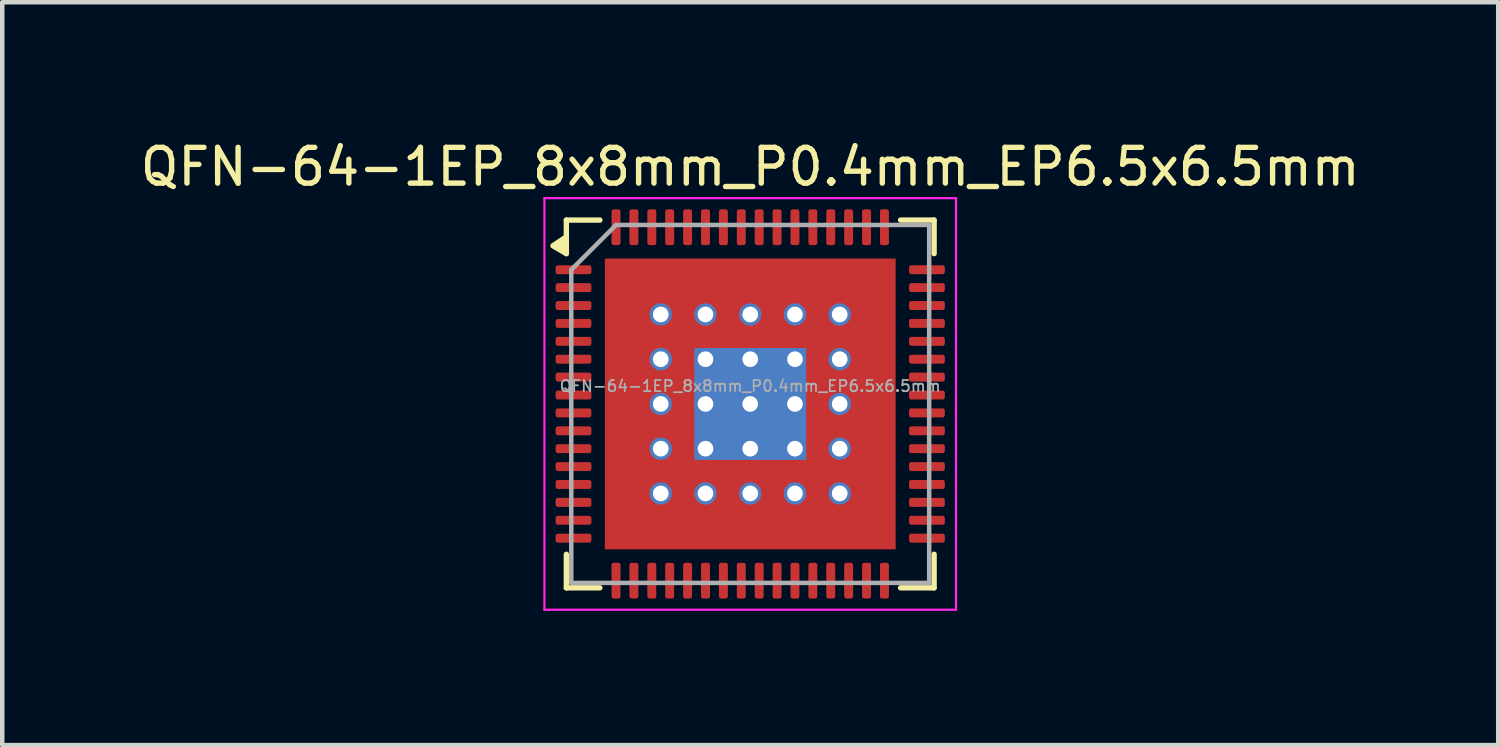
<source format=kicad_pcb>
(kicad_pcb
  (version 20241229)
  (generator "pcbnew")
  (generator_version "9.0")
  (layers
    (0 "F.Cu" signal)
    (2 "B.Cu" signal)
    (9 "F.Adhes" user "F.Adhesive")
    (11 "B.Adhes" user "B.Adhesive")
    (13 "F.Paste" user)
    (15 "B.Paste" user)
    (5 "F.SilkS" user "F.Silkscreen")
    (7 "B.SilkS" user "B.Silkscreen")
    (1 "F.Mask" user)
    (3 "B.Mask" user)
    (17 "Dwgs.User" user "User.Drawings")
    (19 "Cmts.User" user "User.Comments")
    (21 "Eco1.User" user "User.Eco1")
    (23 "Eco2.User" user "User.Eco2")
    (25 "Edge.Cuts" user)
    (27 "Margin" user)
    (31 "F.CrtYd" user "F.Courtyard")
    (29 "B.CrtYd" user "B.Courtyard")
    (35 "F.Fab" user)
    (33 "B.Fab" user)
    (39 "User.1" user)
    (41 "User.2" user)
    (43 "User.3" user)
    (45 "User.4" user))
  (footprint "QFN-64-1EP_8x8mm_P0.4mm_EP6.5x6.5mm"
    (layer "F.Cu")
    (at 13.719 5.979)
    (property "Reference" "QFN-64-1EP_8x8mm_P0.4mm_EP6.5x6.5mm" (at 0 -5.3 0) (layer "F.SilkS") (effects (font (size 0.8 0.8) (thickness 0.12))))
    (attr smd)
    (fp_line (start -4.11 -3.36) (end -4.11 -4.11) (stroke (width 0.12) (type solid)) (layer "F.SilkS"))
    (fp_line (start -4.11 4.11) (end -4.11 3.36) (stroke (width 0.12) (type solid)) (layer "F.SilkS"))
    (fp_line (start -3.36 -4.11) (end -4.11 -4.11) (stroke (width 0.12) (type solid)) (layer "F.SilkS"))
    (fp_line (start -3.36 4.11) (end -4.11 4.11) (stroke (width 0.12) (type solid)) (layer "F.SilkS"))
    (fp_line (start 3.36 -4.11) (end 4.11 -4.11) (stroke (width 0.12) (type solid)) (layer "F.SilkS"))
    (fp_line (start 3.36 4.11) (end 4.11 4.11) (stroke (width 0.12) (type solid)) (layer "F.SilkS"))
    (fp_line (start 4.11 -4.11) (end 4.11 -3.36) (stroke (width 0.12) (type solid)) (layer "F.SilkS"))
    (fp_line (start 4.11 4.11) (end 4.11 3.36) (stroke (width 0.12) (type solid)) (layer "F.SilkS"))
    (fp_poly (pts (xy -4.11 -3.36) (xy -4.41 -3.535) (xy -4.11 -3.735)) (stroke (width 0.12) (type solid)) (fill yes) (layer "F.SilkS"))
    (fp_line (start -4.6 -4.6) (end -4.6 4.6) (stroke (width 0.05) (type solid)) (layer "F.CrtYd"))
    (fp_line (start -4.6 4.6) (end 4.6 4.6) (stroke (width 0.05) (type solid)) (layer "F.CrtYd"))
    (fp_line (start 4.6 -4.6) (end -4.6 -4.6) (stroke (width 0.05) (type solid)) (layer "F.CrtYd"))
    (fp_line (start 4.6 4.6) (end 4.6 -4.6) (stroke (width 0.05) (type solid)) (layer "F.CrtYd"))
    (fp_line (start -4 -3) (end -3 -4) (stroke (width 0.1) (type solid)) (layer "F.Fab"))
    (fp_line (start -4 4) (end -4 -3) (stroke (width 0.1) (type solid)) (layer "F.Fab"))
    (fp_line (start -3 -4) (end 4 -4) (stroke (width 0.1) (type solid)) (layer "F.Fab"))
    (fp_line (start 4 -4) (end 4 4) (stroke (width 0.1) (type solid)) (layer "F.Fab"))
    (fp_line (start 4 4) (end -4 4) (stroke (width 0.1) (type solid)) (layer "F.Fab"))
    (fp_text user "${REFERENCE}" (at 0 -0.4 0) (layer "F.Fab") (effects (font (size 0.25 0.25) (thickness 0.04))))
    (pad "" smd roundrect (at -1.6 -1.6) (size 1.725 1.725) (layers "F.Paste") (roundrect_rratio 0.238))
    (pad "" smd roundrect (at -1.6 1.6) (size 1.725 1.725) (layers "F.Paste") (roundrect_rratio 0.238))
    (pad "" smd roundrect (at 0 0) (size 1.05 1.05) (layers "F.Paste") (roundrect_rratio 0.238))
    (pad "" smd roundrect (at 1.6 -1.6) (size 1.725 1.725) (layers "F.Paste") (roundrect_rratio 0.238))
    (pad "" smd roundrect (at 1.6 1.6) (size 1.725 1.725) (layers "F.Paste") (roundrect_rratio 0.238))
    (pad "1" smd roundrect (at -3.95 -3) (size 0.8 0.2) (layers "F.Cu" "F.Mask" "F.Paste") (roundrect_rratio 0.25))
    (pad "2" smd roundrect (at -3.95 -2.6) (size 0.8 0.2) (layers "F.Cu" "F.Mask" "F.Paste") (roundrect_rratio 0.25))
    (pad "3" smd roundrect (at -3.95 -2.2) (size 0.8 0.2) (layers "F.Cu" "F.Mask" "F.Paste") (roundrect_rratio 0.25))
    (pad "4" smd roundrect (at -3.95 -1.8) (size 0.8 0.2) (layers "F.Cu" "F.Mask" "F.Paste") (roundrect_rratio 0.25))
    (pad "5" smd roundrect (at -3.95 -1.4) (size 0.8 0.2) (layers "F.Cu" "F.Mask" "F.Paste") (roundrect_rratio 0.25))
    (pad "6" smd roundrect (at -3.95 -1) (size 0.8 0.2) (layers "F.Cu" "F.Mask" "F.Paste") (roundrect_rratio 0.25))
    (pad "7" smd roundrect (at -3.95 -0.6) (size 0.8 0.2) (layers "F.Cu" "F.Mask" "F.Paste") (roundrect_rratio 0.25))
    (pad "8" smd roundrect (at -3.95 -0.2) (size 0.8 0.2) (layers "F.Cu" "F.Mask" "F.Paste") (roundrect_rratio 0.25))
    (pad "9" smd roundrect (at -3.95 0.2) (size 0.8 0.2) (layers "F.Cu" "F.Mask" "F.Paste") (roundrect_rratio 0.25))
    (pad "10" smd roundrect (at -3.95 0.6) (size 0.8 0.2) (layers "F.Cu" "F.Mask" "F.Paste") (roundrect_rratio 0.25))
    (pad "11" smd roundrect (at -3.95 1) (size 0.8 0.2) (layers "F.Cu" "F.Mask" "F.Paste") (roundrect_rratio 0.25))
    (pad "12" smd roundrect (at -3.95 1.4) (size 0.8 0.2) (layers "F.Cu" "F.Mask" "F.Paste") (roundrect_rratio 0.25))
    (pad "13" smd roundrect (at -3.95 1.8) (size 0.8 0.2) (layers "F.Cu" "F.Mask" "F.Paste") (roundrect_rratio 0.25))
    (pad "14" smd roundrect (at -3.95 2.2) (size 0.8 0.2) (layers "F.Cu" "F.Mask" "F.Paste") (roundrect_rratio 0.25))
    (pad "15" smd roundrect (at -3.95 2.6) (size 0.8 0.2) (layers "F.Cu" "F.Mask" "F.Paste") (roundrect_rratio 0.25))
    (pad "16" smd roundrect (at -3.95 3) (size 0.8 0.2) (layers "F.Cu" "F.Mask" "F.Paste") (roundrect_rratio 0.25))
    (pad "17" smd roundrect (at -3 3.95) (size 0.2 0.8) (layers "F.Cu" "F.Mask" "F.Paste") (roundrect_rratio 0.25))
    (pad "18" smd roundrect (at -2.6 3.95) (size 0.2 0.8) (layers "F.Cu" "F.Mask" "F.Paste") (roundrect_rratio 0.25))
    (pad "19" smd roundrect (at -2.2 3.95) (size 0.2 0.8) (layers "F.Cu" "F.Mask" "F.Paste") (roundrect_rratio 0.25))
    (pad "20" smd roundrect (at -1.8 3.95) (size 0.2 0.8) (layers "F.Cu" "F.Mask" "F.Paste") (roundrect_rratio 0.25))
    (pad "21" smd roundrect (at -1.4 3.95) (size 0.2 0.8) (layers "F.Cu" "F.Mask" "F.Paste") (roundrect_rratio 0.25))
    (pad "22" smd roundrect (at -1 3.95) (size 0.2 0.8) (layers "F.Cu" "F.Mask" "F.Paste") (roundrect_rratio 0.25))
    (pad "23" smd roundrect (at -0.6 3.95) (size 0.2 0.8) (layers "F.Cu" "F.Mask" "F.Paste") (roundrect_rratio 0.25))
    (pad "24" smd roundrect (at -0.2 3.95) (size 0.2 0.8) (layers "F.Cu" "F.Mask" "F.Paste") (roundrect_rratio 0.25))
    (pad "25" smd roundrect (at 0.2 3.95) (size 0.2 0.8) (layers "F.Cu" "F.Mask" "F.Paste") (roundrect_rratio 0.25))
    (pad "26" smd roundrect (at 0.6 3.95) (size 0.2 0.8) (layers "F.Cu" "F.Mask" "F.Paste") (roundrect_rratio 0.25))
    (pad "27" smd roundrect (at 1 3.95) (size 0.2 0.8) (layers "F.Cu" "F.Mask" "F.Paste") (roundrect_rratio 0.25))
    (pad "28" smd roundrect (at 1.4 3.95) (size 0.2 0.8) (layers "F.Cu" "F.Mask" "F.Paste") (roundrect_rratio 0.25))
    (pad "29" smd roundrect (at 1.8 3.95) (size 0.2 0.8) (layers "F.Cu" "F.Mask" "F.Paste") (roundrect_rratio 0.25))
    (pad "30" smd roundrect (at 2.2 3.95) (size 0.2 0.8) (layers "F.Cu" "F.Mask" "F.Paste") (roundrect_rratio 0.25))
    (pad "31" smd roundrect (at 2.6 3.95) (size 0.2 0.8) (layers "F.Cu" "F.Mask" "F.Paste") (roundrect_rratio 0.25))
    (pad "32" smd roundrect (at 3 3.95) (size 0.2 0.8) (layers "F.Cu" "F.Mask" "F.Paste") (roundrect_rratio 0.25))
    (pad "33" smd roundrect (at 3.95 3) (size 0.8 0.2) (layers "F.Cu" "F.Mask" "F.Paste") (roundrect_rratio 0.25))
    (pad "34" smd roundrect (at 3.95 2.6) (size 0.8 0.2) (layers "F.Cu" "F.Mask" "F.Paste") (roundrect_rratio 0.25))
    (pad "35" smd roundrect (at 3.95 2.2) (size 0.8 0.2) (layers "F.Cu" "F.Mask" "F.Paste") (roundrect_rratio 0.25))
    (pad "36" smd roundrect (at 3.95 1.8) (size 0.8 0.2) (layers "F.Cu" "F.Mask" "F.Paste") (roundrect_rratio 0.25))
    (pad "37" smd roundrect (at 3.95 1.4) (size 0.8 0.2) (layers "F.Cu" "F.Mask" "F.Paste") (roundrect_rratio 0.25))
    (pad "38" smd roundrect (at 3.95 1) (size 0.8 0.2) (layers "F.Cu" "F.Mask" "F.Paste") (roundrect_rratio 0.25))
    (pad "39" smd roundrect (at 3.95 0.6) (size 0.8 0.2) (layers "F.Cu" "F.Mask" "F.Paste") (roundrect_rratio 0.25))
    (pad "40" smd roundrect (at 3.95 0.2) (size 0.8 0.2) (layers "F.Cu" "F.Mask" "F.Paste") (roundrect_rratio 0.25))
    (pad "41" smd roundrect (at 3.95 -0.2) (size 0.8 0.2) (layers "F.Cu" "F.Mask" "F.Paste") (roundrect_rratio 0.25))
    (pad "42" smd roundrect (at 3.95 -0.6) (size 0.8 0.2) (layers "F.Cu" "F.Mask" "F.Paste") (roundrect_rratio 0.25))
    (pad "43" smd roundrect (at 3.95 -1) (size 0.8 0.2) (layers "F.Cu" "F.Mask" "F.Paste") (roundrect_rratio 0.25))
    (pad "44" smd roundrect (at 3.95 -1.4) (size 0.8 0.2) (layers "F.Cu" "F.Mask" "F.Paste") (roundrect_rratio 0.25))
    (pad "45" smd roundrect (at 3.95 -1.8) (size 0.8 0.2) (layers "F.Cu" "F.Mask" "F.Paste") (roundrect_rratio 0.25))
    (pad "46" smd roundrect (at 3.95 -2.2) (size 0.8 0.2) (layers "F.Cu" "F.Mask" "F.Paste") (roundrect_rratio 0.25))
    (pad "47" smd roundrect (at 3.95 -2.6) (size 0.8 0.2) (layers "F.Cu" "F.Mask" "F.Paste") (roundrect_rratio 0.25))
    (pad "48" smd roundrect (at 3.95 -3) (size 0.8 0.2) (layers "F.Cu" "F.Mask" "F.Paste") (roundrect_rratio 0.25))
    (pad "49" smd roundrect (at 3 -3.95) (size 0.2 0.8) (layers "F.Cu" "F.Mask" "F.Paste") (roundrect_rratio 0.25))
    (pad "50" smd roundrect (at 2.6 -3.95) (size 0.2 0.8) (layers "F.Cu" "F.Mask" "F.Paste") (roundrect_rratio 0.25))
    (pad "51" smd roundrect (at 2.2 -3.95) (size 0.2 0.8) (layers "F.Cu" "F.Mask" "F.Paste") (roundrect_rratio 0.25))
    (pad "52" smd roundrect (at 1.8 -3.95) (size 0.2 0.8) (layers "F.Cu" "F.Mask" "F.Paste") (roundrect_rratio 0.25))
    (pad "53" smd roundrect (at 1.4 -3.95) (size 0.2 0.8) (layers "F.Cu" "F.Mask" "F.Paste") (roundrect_rratio 0.25))
    (pad "54" smd roundrect (at 1 -3.95) (size 0.2 0.8) (layers "F.Cu" "F.Mask" "F.Paste") (roundrect_rratio 0.25))
    (pad "55" smd roundrect (at 0.6 -3.95) (size 0.2 0.8) (layers "F.Cu" "F.Mask" "F.Paste") (roundrect_rratio 0.25))
    (pad "56" smd roundrect (at 0.2 -3.95) (size 0.2 0.8) (layers "F.Cu" "F.Mask" "F.Paste") (roundrect_rratio 0.25))
    (pad "57" smd roundrect (at -0.2 -3.95) (size 0.2 0.8) (layers "F.Cu" "F.Mask" "F.Paste") (roundrect_rratio 0.25))
    (pad "58" smd roundrect (at -0.6 -3.95) (size 0.2 0.8) (layers "F.Cu" "F.Mask" "F.Paste") (roundrect_rratio 0.25))
    (pad "59" smd roundrect (at -1 -3.95) (size 0.2 0.8) (layers "F.Cu" "F.Mask" "F.Paste") (roundrect_rratio 0.25))
    (pad "60" smd roundrect (at -1.4 -3.95) (size 0.2 0.8) (layers "F.Cu" "F.Mask" "F.Paste") (roundrect_rratio 0.25))
    (pad "61" smd roundrect (at -1.8 -3.95) (size 0.2 0.8) (layers "F.Cu" "F.Mask" "F.Paste") (roundrect_rratio 0.25))
    (pad "62" smd roundrect (at -2.2 -3.95) (size 0.2 0.8) (layers "F.Cu" "F.Mask" "F.Paste") (roundrect_rratio 0.25))
    (pad "63" smd roundrect (at -2.6 -3.95) (size 0.2 0.8) (layers "F.Cu" "F.Mask" "F.Paste") (roundrect_rratio 0.25))
    (pad "64" smd roundrect (at -3 -3.95) (size 0.2 0.8) (layers "F.Cu" "F.Mask" "F.Paste") (roundrect_rratio 0.25))
    (pad "65" thru_hole circle (at -2 -2) (size 0.5 0.5) (drill 0.35) (layers "*.Cu" "*.Mask"))
    (pad "65" thru_hole circle (at -2 -1) (size 0.5 0.5) (drill 0.35) (layers "*.Cu" "*.Mask"))
    (pad "65" thru_hole circle (at -2 0) (size 0.5 0.5) (drill 0.35) (layers "*.Cu" "*.Mask"))
    (pad "65" thru_hole circle (at -2 1) (size 0.5 0.5) (drill 0.35) (layers "*.Cu" "*.Mask"))
    (pad "65" thru_hole circle (at -2 2) (size 0.5 0.5) (drill 0.35) (layers "*.Cu" "*.Mask"))
    (pad "65" thru_hole circle (at -1 -2) (size 0.5 0.5) (drill 0.35) (layers "*.Cu" "*.Mask"))
    (pad "65" thru_hole circle (at -1 -1) (size 0.5 0.5) (drill 0.35) (layers "*.Cu" "*.Mask"))
    (pad "65" thru_hole circle (at -1 0) (size 0.5 0.5) (drill 0.35) (layers "*.Cu" "*.Mask"))
    (pad "65" thru_hole circle (at -1 1) (size 0.5 0.5) (drill 0.35) (layers "*.Cu" "*.Mask"))
    (pad "65" thru_hole circle (at -1 2) (size 0.5 0.5) (drill 0.35) (layers "*.Cu" "*.Mask"))
    (pad "65" thru_hole circle (at 0 -2) (size 0.5 0.5) (drill 0.35) (layers "*.Cu" "*.Mask"))
    (pad "65" thru_hole circle (at 0 -1) (size 0.5 0.5) (drill 0.35) (layers "*.Cu" "*.Mask"))
    (pad "65" thru_hole circle (at 0 0) (size 0.5 0.5) (drill 0.35) (layers "*.Cu" "*.Mask"))
    (pad "65" smd rect (at 0 0) (size 2.5 2.5) (layers "B.Cu" "B.Mask"))
    (pad "65" smd rect (at 0 0) (size 6.5 6.5) (layers "F.Cu" "F.Mask"))
    (pad "65" thru_hole circle (at 0 1) (size 0.5 0.5) (drill 0.35) (layers "*.Cu" "*.Mask"))
    (pad "65" thru_hole circle (at 0 2) (size 0.5 0.5) (drill 0.35) (layers "*.Cu" "*.Mask"))
    (pad "65" thru_hole circle (at 1 -2) (size 0.5 0.5) (drill 0.35) (layers "*.Cu" "*.Mask"))
    (pad "65" thru_hole circle (at 1 -1) (size 0.5 0.5) (drill 0.35) (layers "*.Cu" "*.Mask"))
    (pad "65" thru_hole circle (at 1 0) (size 0.5 0.5) (drill 0.35) (layers "*.Cu" "*.Mask"))
    (pad "65" thru_hole circle (at 1 1) (size 0.5 0.5) (drill 0.35) (layers "*.Cu" "*.Mask"))
    (pad "65" thru_hole circle (at 1 2) (size 0.5 0.5) (drill 0.35) (layers "*.Cu" "*.Mask"))
    (pad "65" thru_hole circle (at 2 -2) (size 0.5 0.5) (drill 0.35) (layers "*.Cu" "*.Mask"))
    (pad "65" thru_hole circle (at 2 -1) (size 0.5 0.5) (drill 0.35) (layers "*.Cu" "*.Mask"))
    (pad "65" thru_hole circle (at 2 0) (size 0.5 0.5) (drill 0.35) (layers "*.Cu" "*.Mask"))
    (pad "65" thru_hole circle (at 2 1) (size 0.5 0.5) (drill 0.35) (layers "*.Cu" "*.Mask"))
    (pad "65" thru_hole circle (at 2 2) (size 0.5 0.5) (drill 0.35) (layers "*.Cu" "*.Mask")))
  (gr_rect
    (start -3 -3)
    (end 30.438 13.604)
    (stroke (width 0.1) (type default))
    (fill no)
    (layer "Edge.Cuts")))
</source>
